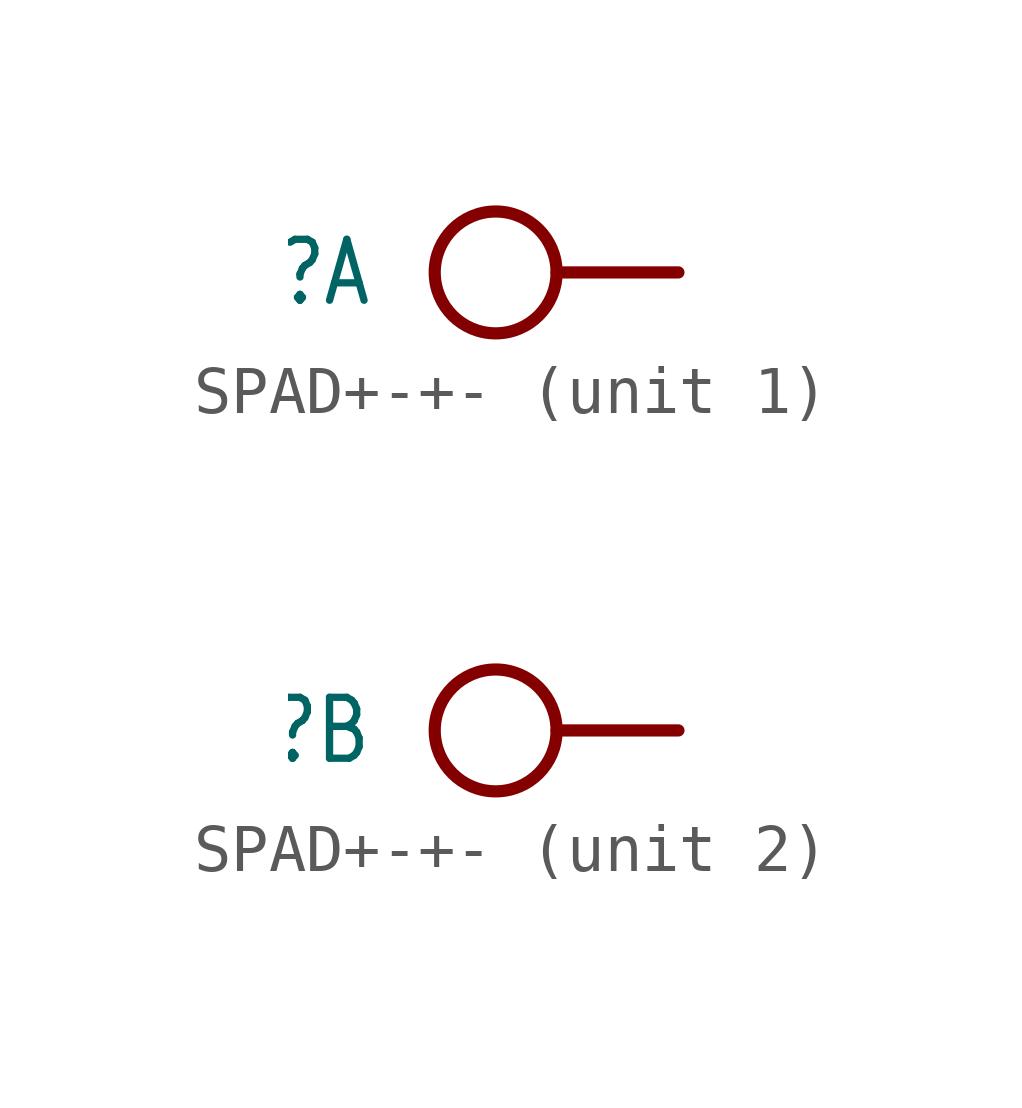
<source format=kicad_sym>
(kicad_symbol_lib
  (version 20201005)
  (generator kicad_symbol_editor)
  (symbol "SPAD+-+-"
    (property "Reference" "J"
      (at -6.35 0 0)
      (effects (font (size 1.27 1.079)) (justify right)))
    (property "ki_locked" ""
      (at 0 0 0)
      (effects (font (size 1.27 1.27))))
    (symbol "SPAD+-+-_1_0"
      (circle (center -3.81 0) (radius 1.27) (stroke (width 0.254)) (fill (type none)))
      (polyline (pts (xy 0 0) (xy -2.54 0)) (stroke (width 0.254)) (fill (type none)))
      (pin passive line (at 0 0 180) (length 0) (name "P$1" (effects (font (size 0 0)))) (number "1" (effects (font (size 0 0))))))
    (symbol "SPAD+-+-_2_0"
      (circle (center -3.81 0) (radius 1.27) (stroke (width 0.254)) (fill (type none)))
      (polyline (pts (xy 0 0) (xy -2.54 0)) (stroke (width 0.254)) (fill (type none)))
      (pin passive line (at 0 0 180) (length 0) (name "P$1" (effects (font (size 0 0)))) (number "2" (effects (font (size 0 0))))))))
</source>
